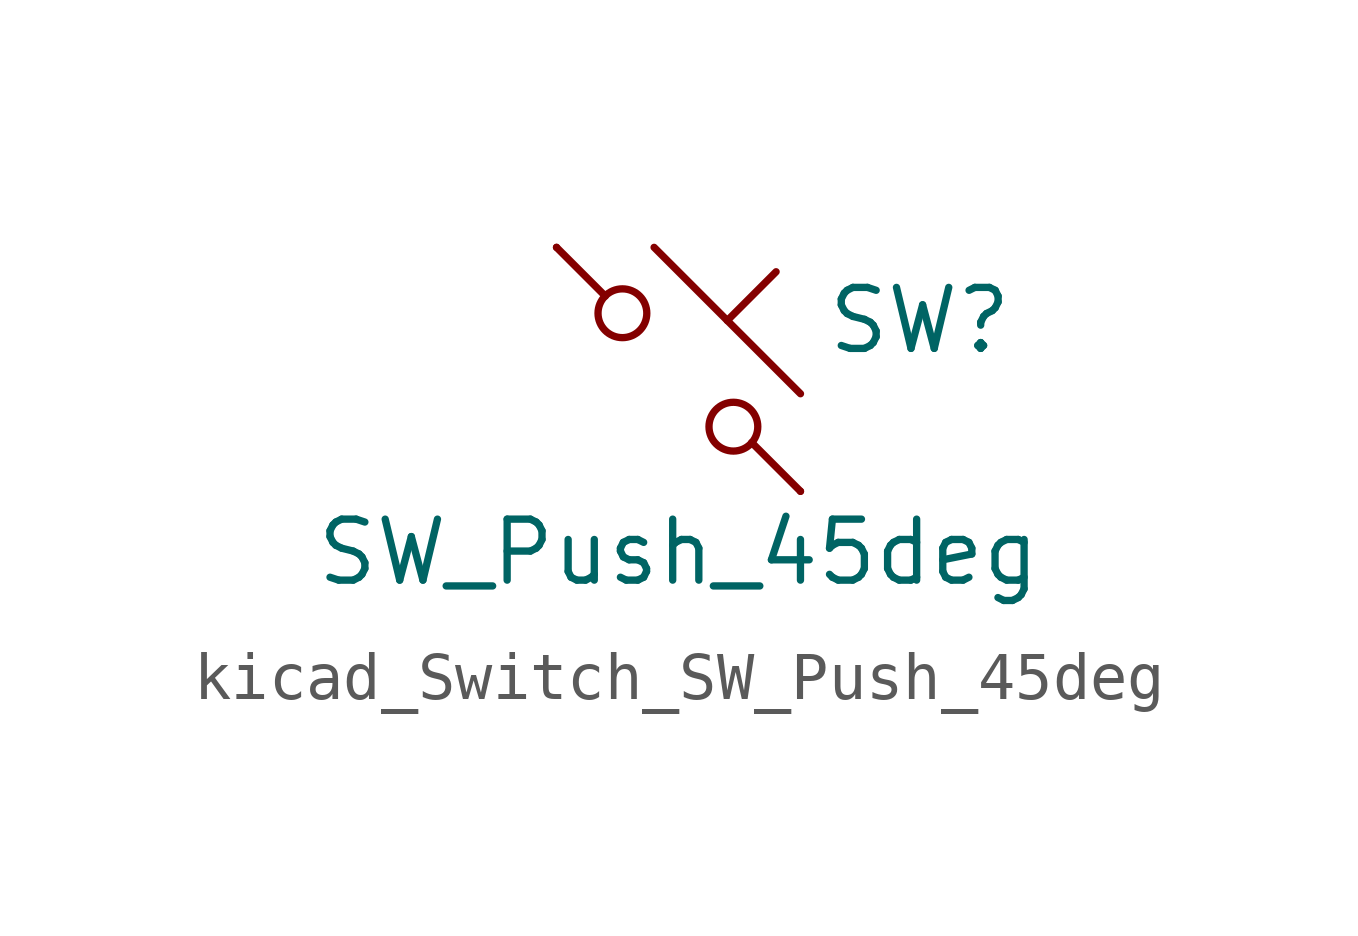
<source format=kicad_sym>
(kicad_symbol_lib
  (version 20220914)
  (generator kicad_symbol_editor)
  (symbol "kicad_Switch_SW_Push_45deg"
    (pin_numbers hide)
    (pin_names
      (offset 1.016) hide)
    (property "Reference" "SW"
      (at 3.048 1.016 0)
      (effects (font (size 1.27 1.27)) (justify left)))
    (property "Value" "SW_Push_45deg"
      (at 0 -3.81 0)
      (effects (font (size 1.27 1.27))))
    (symbol "kicad_Switch_SW_Push_45deg_0_1"
      (circle (center -1.168 1.168) (radius 0.508) (stroke (width 0) (type default)) (fill (type none)))
      (polyline (pts (xy -0.508 2.54) (xy 2.54 -0.508)) (stroke (width 0) (type default)) (fill (type none)))
      (polyline (pts (xy 1.016 1.016) (xy 2.032 2.032)) (stroke (width 0) (type default)) (fill (type none)))
      (polyline (pts (xy -2.54 2.54) (xy -1.524 1.524) (xy -1.524 1.524)) (stroke (width 0) (type default)) (fill (type none)))
      (polyline (pts (xy 1.524 -1.524) (xy 2.54 -2.54) (xy 2.54 -2.54) (xy 2.54 -2.54)) (stroke (width 0) (type default)) (fill (type none)))
      (circle (center 1.143 -1.194) (radius 0.508) (stroke (width 0) (type default)) (fill (type none)))
      (pin passive line (at -2.54 2.54 0) (length 0) (name "1" (effects (font (size 1.27 1.27)))) (number "1" (effects (font (size 1.27 1.27)))))
      (pin passive line (at 2.54 -2.54 180) (length 0) (name "2" (effects (font (size 1.27 1.27)))) (number "2" (effects (font (size 1.27 1.27))))))))
</source>
